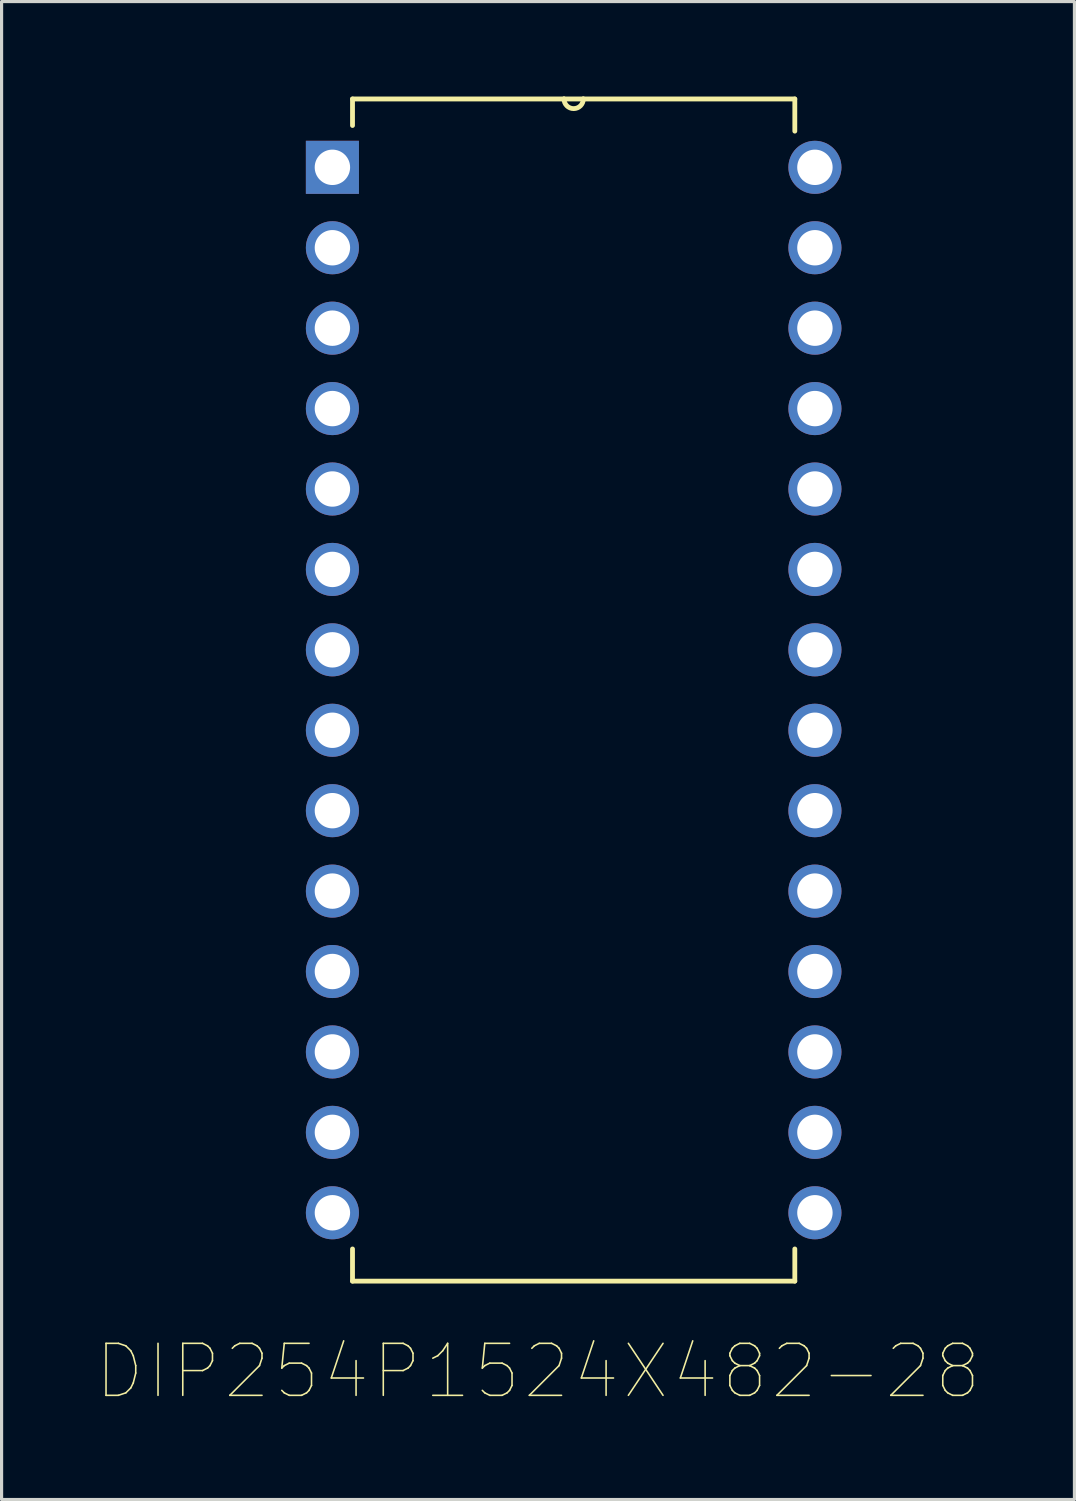
<source format=kicad_pcb>
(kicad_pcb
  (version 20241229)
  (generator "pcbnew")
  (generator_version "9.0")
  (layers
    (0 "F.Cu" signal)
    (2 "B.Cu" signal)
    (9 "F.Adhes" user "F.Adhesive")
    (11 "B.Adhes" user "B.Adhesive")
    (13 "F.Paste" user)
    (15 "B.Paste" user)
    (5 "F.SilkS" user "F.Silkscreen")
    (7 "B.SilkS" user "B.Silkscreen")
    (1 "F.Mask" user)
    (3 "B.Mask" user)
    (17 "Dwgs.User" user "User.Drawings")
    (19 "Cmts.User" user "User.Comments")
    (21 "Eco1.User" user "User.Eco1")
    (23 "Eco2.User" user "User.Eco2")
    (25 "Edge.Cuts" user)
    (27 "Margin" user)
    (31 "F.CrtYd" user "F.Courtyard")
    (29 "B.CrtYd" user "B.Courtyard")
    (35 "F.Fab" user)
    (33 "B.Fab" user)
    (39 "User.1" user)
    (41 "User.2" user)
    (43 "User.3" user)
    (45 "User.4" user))
  (footprint "DIP254P1524X482-28"
    (layer "F.Cu")
    (at 22.689 35.255)
    (property "Reference" "DIP254P1524X482-28" (at -8.746 5.009 0) (layer "F.SilkS") (effects (font (size 1.642 1.642) (thickness 0.05))))
    (attr through_hole)
    (fp_line (start -14.605 -35.179) (end -14.605 -34.341) (stroke (width 0.152) (type solid)) (layer "F.SilkS"))
    (fp_line (start -14.605 1.143) (end -14.605 2.159) (stroke (width 0.152) (type solid)) (layer "F.SilkS"))
    (fp_line (start -14.605 2.159) (end -0.635 2.159) (stroke (width 0.152) (type solid)) (layer "F.SilkS"))
    (fp_line (start -7.925 -35.179) (end -14.605 -35.179) (stroke (width 0.152) (type solid)) (layer "F.SilkS"))
    (fp_line (start -7.315 -35.179) (end -7.925 -35.179) (stroke (width 0.152) (type solid)) (layer "F.SilkS"))
    (fp_line (start -0.635 -35.179) (end -7.315 -35.179) (stroke (width 0.152) (type solid)) (layer "F.SilkS"))
    (fp_line (start -0.635 -34.163) (end -0.635 -35.179) (stroke (width 0.152) (type solid)) (layer "F.SilkS"))
    (fp_line (start -0.635 2.159) (end -0.635 1.143) (stroke (width 0.152) (type solid)) (layer "F.SilkS"))
    (fp_arc (start -7.3152 -35.179) (mid -7.62 -34.8742) (end -7.9248 -35.179) (stroke (width 0.1524) (type solid)) (layer "F.SilkS"))
    (fp_line (start -15.799 -33.579) (end -15.799 -32.461) (stroke (width 0.1) (type solid)) (layer "Eco2.User"))
    (fp_line (start -15.799 -32.461) (end -14.605 -32.461) (stroke (width 0.1) (type solid)) (layer "Eco2.User"))
    (fp_line (start -15.799 -31.039) (end -15.799 -29.921) (stroke (width 0.1) (type solid)) (layer "Eco2.User"))
    (fp_line (start -15.799 -29.921) (end -14.605 -29.921) (stroke (width 0.1) (type solid)) (layer "Eco2.User"))
    (fp_line (start -15.799 -28.499) (end -15.799 -27.381) (stroke (width 0.1) (type solid)) (layer "Eco2.User"))
    (fp_line (start -15.799 -27.381) (end -14.605 -27.381) (stroke (width 0.1) (type solid)) (layer "Eco2.User"))
    (fp_line (start -15.799 -25.959) (end -15.799 -24.841) (stroke (width 0.1) (type solid)) (layer "Eco2.User"))
    (fp_line (start -15.799 -24.841) (end -14.605 -24.841) (stroke (width 0.1) (type solid)) (layer "Eco2.User"))
    (fp_line (start -15.799 -23.419) (end -15.799 -22.301) (stroke (width 0.1) (type solid)) (layer "Eco2.User"))
    (fp_line (start -15.799 -22.301) (end -14.605 -22.301) (stroke (width 0.1) (type solid)) (layer "Eco2.User"))
    (fp_line (start -15.799 -20.879) (end -15.799 -19.761) (stroke (width 0.1) (type solid)) (layer "Eco2.User"))
    (fp_line (start -15.799 -19.761) (end -14.605 -19.761) (stroke (width 0.1) (type solid)) (layer "Eco2.User"))
    (fp_line (start -15.799 -18.339) (end -15.799 -17.221) (stroke (width 0.1) (type solid)) (layer "Eco2.User"))
    (fp_line (start -15.799 -17.221) (end -14.605 -17.221) (stroke (width 0.1) (type solid)) (layer "Eco2.User"))
    (fp_line (start -15.799 -15.799) (end -15.799 -14.681) (stroke (width 0.1) (type solid)) (layer "Eco2.User"))
    (fp_line (start -15.799 -14.681) (end -14.605 -14.681) (stroke (width 0.1) (type solid)) (layer "Eco2.User"))
    (fp_line (start -15.799 -13.259) (end -15.799 -12.141) (stroke (width 0.1) (type solid)) (layer "Eco2.User"))
    (fp_line (start -15.799 -12.141) (end -14.605 -12.141) (stroke (width 0.1) (type solid)) (layer "Eco2.User"))
    (fp_line (start -15.799 -10.719) (end -15.799 -9.601) (stroke (width 0.1) (type solid)) (layer "Eco2.User"))
    (fp_line (start -15.799 -9.601) (end -14.605 -9.601) (stroke (width 0.1) (type solid)) (layer "Eco2.User"))
    (fp_line (start -15.799 -8.179) (end -15.799 -7.061) (stroke (width 0.1) (type solid)) (layer "Eco2.User"))
    (fp_line (start -15.799 -7.061) (end -14.605 -7.061) (stroke (width 0.1) (type solid)) (layer "Eco2.User"))
    (fp_line (start -15.799 -5.639) (end -15.799 -4.521) (stroke (width 0.1) (type solid)) (layer "Eco2.User"))
    (fp_line (start -15.799 -4.521) (end -14.605 -4.521) (stroke (width 0.1) (type solid)) (layer "Eco2.User"))
    (fp_line (start -15.799 -3.099) (end -15.799 -1.981) (stroke (width 0.1) (type solid)) (layer "Eco2.User"))
    (fp_line (start -15.799 -1.981) (end -14.605 -1.981) (stroke (width 0.1) (type solid)) (layer "Eco2.User"))
    (fp_line (start -15.799 -0.559) (end -15.799 0.559) (stroke (width 0.1) (type solid)) (layer "Eco2.User"))
    (fp_line (start -15.799 0.559) (end -14.605 0.559) (stroke (width 0.1) (type solid)) (layer "Eco2.User"))
    (fp_line (start -14.605 -35.179) (end -14.605 2.159) (stroke (width 0.1) (type solid)) (layer "Eco2.User"))
    (fp_line (start -14.605 -33.579) (end -15.799 -33.579) (stroke (width 0.1) (type solid)) (layer "Eco2.User"))
    (fp_line (start -14.605 -32.461) (end -14.605 -33.579) (stroke (width 0.1) (type solid)) (layer "Eco2.User"))
    (fp_line (start -14.605 -31.039) (end -15.799 -31.039) (stroke (width 0.1) (type solid)) (layer "Eco2.User"))
    (fp_line (start -14.605 -29.921) (end -14.605 -31.039) (stroke (width 0.1) (type solid)) (layer "Eco2.User"))
    (fp_line (start -14.605 -28.499) (end -15.799 -28.499) (stroke (width 0.1) (type solid)) (layer "Eco2.User"))
    (fp_line (start -14.605 -27.381) (end -14.605 -28.499) (stroke (width 0.1) (type solid)) (layer "Eco2.User"))
    (fp_line (start -14.605 -25.959) (end -15.799 -25.959) (stroke (width 0.1) (type solid)) (layer "Eco2.User"))
    (fp_line (start -14.605 -24.841) (end -14.605 -25.959) (stroke (width 0.1) (type solid)) (layer "Eco2.User"))
    (fp_line (start -14.605 -23.419) (end -15.799 -23.419) (stroke (width 0.1) (type solid)) (layer "Eco2.User"))
    (fp_line (start -14.605 -22.301) (end -14.605 -23.419) (stroke (width 0.1) (type solid)) (layer "Eco2.User"))
    (fp_line (start -14.605 -20.879) (end -15.799 -20.879) (stroke (width 0.1) (type solid)) (layer "Eco2.User"))
    (fp_line (start -14.605 -19.761) (end -14.605 -20.879) (stroke (width 0.1) (type solid)) (layer "Eco2.User"))
    (fp_line (start -14.605 -18.339) (end -15.799 -18.339) (stroke (width 0.1) (type solid)) (layer "Eco2.User"))
    (fp_line (start -14.605 -17.221) (end -14.605 -18.339) (stroke (width 0.1) (type solid)) (layer "Eco2.User"))
    (fp_line (start -14.605 -15.799) (end -15.799 -15.799) (stroke (width 0.1) (type solid)) (layer "Eco2.User"))
    (fp_line (start -14.605 -14.681) (end -14.605 -15.799) (stroke (width 0.1) (type solid)) (layer "Eco2.User"))
    (fp_line (start -14.605 -13.259) (end -15.799 -13.259) (stroke (width 0.1) (type solid)) (layer "Eco2.User"))
    (fp_line (start -14.605 -12.141) (end -14.605 -13.259) (stroke (width 0.1) (type solid)) (layer "Eco2.User"))
    (fp_line (start -14.605 -10.719) (end -15.799 -10.719) (stroke (width 0.1) (type solid)) (layer "Eco2.User"))
    (fp_line (start -14.605 -9.601) (end -14.605 -10.719) (stroke (width 0.1) (type solid)) (layer "Eco2.User"))
    (fp_line (start -14.605 -8.179) (end -15.799 -8.179) (stroke (width 0.1) (type solid)) (layer "Eco2.User"))
    (fp_line (start -14.605 -7.061) (end -14.605 -8.179) (stroke (width 0.1) (type solid)) (layer "Eco2.User"))
    (fp_line (start -14.605 -5.639) (end -15.799 -5.639) (stroke (width 0.1) (type solid)) (layer "Eco2.User"))
    (fp_line (start -14.605 -4.521) (end -14.605 -5.639) (stroke (width 0.1) (type solid)) (layer "Eco2.User"))
    (fp_line (start -14.605 -3.099) (end -15.799 -3.099) (stroke (width 0.1) (type solid)) (layer "Eco2.User"))
    (fp_line (start -14.605 -1.981) (end -14.605 -3.099) (stroke (width 0.1) (type solid)) (layer "Eco2.User"))
    (fp_line (start -14.605 -0.559) (end -15.799 -0.559) (stroke (width 0.1) (type solid)) (layer "Eco2.User"))
    (fp_line (start -14.605 0.559) (end -14.605 -0.559) (stroke (width 0.1) (type solid)) (layer "Eco2.User"))
    (fp_line (start -14.605 2.159) (end -0.635 2.159) (stroke (width 0.1) (type solid)) (layer "Eco2.User"))
    (fp_line (start -7.925 -35.179) (end -14.605 -35.179) (stroke (width 0.1) (type solid)) (layer "Eco2.User"))
    (fp_line (start -7.315 -35.179) (end -7.925 -35.179) (stroke (width 0.1) (type solid)) (layer "Eco2.User"))
    (fp_line (start -0.635 -35.179) (end -7.315 -35.179) (stroke (width 0.1) (type solid)) (layer "Eco2.User"))
    (fp_line (start -0.635 -33.579) (end -0.635 -32.461) (stroke (width 0.1) (type solid)) (layer "Eco2.User"))
    (fp_line (start -0.635 -32.461) (end 0.559 -32.461) (stroke (width 0.1) (type solid)) (layer "Eco2.User"))
    (fp_line (start -0.635 -31.039) (end -0.635 -29.921) (stroke (width 0.1) (type solid)) (layer "Eco2.User"))
    (fp_line (start -0.635 -29.921) (end 0.559 -29.921) (stroke (width 0.1) (type solid)) (layer "Eco2.User"))
    (fp_line (start -0.635 -28.499) (end -0.635 -27.381) (stroke (width 0.1) (type solid)) (layer "Eco2.User"))
    (fp_line (start -0.635 -27.381) (end 0.559 -27.381) (stroke (width 0.1) (type solid)) (layer "Eco2.User"))
    (fp_line (start -0.635 -25.959) (end -0.635 -24.841) (stroke (width 0.1) (type solid)) (layer "Eco2.User"))
    (fp_line (start -0.635 -24.841) (end 0.559 -24.841) (stroke (width 0.1) (type solid)) (layer "Eco2.User"))
    (fp_line (start -0.635 -23.419) (end -0.635 -22.301) (stroke (width 0.1) (type solid)) (layer "Eco2.User"))
    (fp_line (start -0.635 -22.301) (end 0.559 -22.301) (stroke (width 0.1) (type solid)) (layer "Eco2.User"))
    (fp_line (start -0.635 -20.879) (end -0.635 -19.761) (stroke (width 0.1) (type solid)) (layer "Eco2.User"))
    (fp_line (start -0.635 -19.761) (end 0.559 -19.761) (stroke (width 0.1) (type solid)) (layer "Eco2.User"))
    (fp_line (start -0.635 -18.339) (end -0.635 -17.221) (stroke (width 0.1) (type solid)) (layer "Eco2.User"))
    (fp_line (start -0.635 -17.221) (end 0.559 -17.221) (stroke (width 0.1) (type solid)) (layer "Eco2.User"))
    (fp_line (start -0.635 -15.799) (end -0.635 -14.681) (stroke (width 0.1) (type solid)) (layer "Eco2.User"))
    (fp_line (start -0.635 -14.681) (end 0.559 -14.681) (stroke (width 0.1) (type solid)) (layer "Eco2.User"))
    (fp_line (start -0.635 -13.259) (end -0.635 -12.141) (stroke (width 0.1) (type solid)) (layer "Eco2.User"))
    (fp_line (start -0.635 -12.141) (end 0.559 -12.141) (stroke (width 0.1) (type solid)) (layer "Eco2.User"))
    (fp_line (start -0.635 -10.719) (end -0.635 -9.601) (stroke (width 0.1) (type solid)) (layer "Eco2.User"))
    (fp_line (start -0.635 -9.601) (end 0.559 -9.601) (stroke (width 0.1) (type solid)) (layer "Eco2.User"))
    (fp_line (start -0.635 -8.179) (end -0.635 -7.061) (stroke (width 0.1) (type solid)) (layer "Eco2.User"))
    (fp_line (start -0.635 -7.061) (end 0.559 -7.061) (stroke (width 0.1) (type solid)) (layer "Eco2.User"))
    (fp_line (start -0.635 -5.639) (end -0.635 -4.521) (stroke (width 0.1) (type solid)) (layer "Eco2.User"))
    (fp_line (start -0.635 -4.521) (end 0.559 -4.521) (stroke (width 0.1) (type solid)) (layer "Eco2.User"))
    (fp_line (start -0.635 -3.099) (end -0.635 -1.981) (stroke (width 0.1) (type solid)) (layer "Eco2.User"))
    (fp_line (start -0.635 -1.981) (end 0.559 -1.981) (stroke (width 0.1) (type solid)) (layer "Eco2.User"))
    (fp_line (start -0.635 -0.559) (end -0.635 0.559) (stroke (width 0.1) (type solid)) (layer "Eco2.User"))
    (fp_line (start -0.635 0.559) (end 0.559 0.559) (stroke (width 0.1) (type solid)) (layer "Eco2.User"))
    (fp_line (start -0.635 2.159) (end -0.635 -35.179) (stroke (width 0.1) (type solid)) (layer "Eco2.User"))
    (fp_line (start 0.559 -33.579) (end -0.635 -33.579) (stroke (width 0.1) (type solid)) (layer "Eco2.User"))
    (fp_line (start 0.559 -32.461) (end 0.559 -33.579) (stroke (width 0.1) (type solid)) (layer "Eco2.User"))
    (fp_line (start 0.559 -31.039) (end -0.635 -31.039) (stroke (width 0.1) (type solid)) (layer "Eco2.User"))
    (fp_line (start 0.559 -29.921) (end 0.559 -31.039) (stroke (width 0.1) (type solid)) (layer "Eco2.User"))
    (fp_line (start 0.559 -28.499) (end -0.635 -28.499) (stroke (width 0.1) (type solid)) (layer "Eco2.User"))
    (fp_line (start 0.559 -27.381) (end 0.559 -28.499) (stroke (width 0.1) (type solid)) (layer "Eco2.User"))
    (fp_line (start 0.559 -25.959) (end -0.635 -25.959) (stroke (width 0.1) (type solid)) (layer "Eco2.User"))
    (fp_line (start 0.559 -24.841) (end 0.559 -25.959) (stroke (width 0.1) (type solid)) (layer "Eco2.User"))
    (fp_line (start 0.559 -23.419) (end -0.635 -23.419) (stroke (width 0.1) (type solid)) (layer "Eco2.User"))
    (fp_line (start 0.559 -22.301) (end 0.559 -23.419) (stroke (width 0.1) (type solid)) (layer "Eco2.User"))
    (fp_line (start 0.559 -20.879) (end -0.635 -20.879) (stroke (width 0.1) (type solid)) (layer "Eco2.User"))
    (fp_line (start 0.559 -19.761) (end 0.559 -20.879) (stroke (width 0.1) (type solid)) (layer "Eco2.User"))
    (fp_line (start 0.559 -18.339) (end -0.635 -18.339) (stroke (width 0.1) (type solid)) (layer "Eco2.User"))
    (fp_line (start 0.559 -17.221) (end 0.559 -18.339) (stroke (width 0.1) (type solid)) (layer "Eco2.User"))
    (fp_line (start 0.559 -15.799) (end -0.635 -15.799) (stroke (width 0.1) (type solid)) (layer "Eco2.User"))
    (fp_line (start 0.559 -14.681) (end 0.559 -15.799) (stroke (width 0.1) (type solid)) (layer "Eco2.User"))
    (fp_line (start 0.559 -13.259) (end -0.635 -13.259) (stroke (width 0.1) (type solid)) (layer "Eco2.User"))
    (fp_line (start 0.559 -12.141) (end 0.559 -13.259) (stroke (width 0.1) (type solid)) (layer "Eco2.User"))
    (fp_line (start 0.559 -10.719) (end -0.635 -10.719) (stroke (width 0.1) (type solid)) (layer "Eco2.User"))
    (fp_line (start 0.559 -9.601) (end 0.559 -10.719) (stroke (width 0.1) (type solid)) (layer "Eco2.User"))
    (fp_line (start 0.559 -8.179) (end -0.635 -8.179) (stroke (width 0.1) (type solid)) (layer "Eco2.User"))
    (fp_line (start 0.559 -7.061) (end 0.559 -8.179) (stroke (width 0.1) (type solid)) (layer "Eco2.User"))
    (fp_line (start 0.559 -5.639) (end -0.635 -5.639) (stroke (width 0.1) (type solid)) (layer "Eco2.User"))
    (fp_line (start 0.559 -4.521) (end 0.559 -5.639) (stroke (width 0.1) (type solid)) (layer "Eco2.User"))
    (fp_line (start 0.559 -3.099) (end -0.635 -3.099) (stroke (width 0.1) (type solid)) (layer "Eco2.User"))
    (fp_line (start 0.559 -1.981) (end 0.559 -3.099) (stroke (width 0.1) (type solid)) (layer "Eco2.User"))
    (fp_line (start 0.559 -0.559) (end -0.635 -0.559) (stroke (width 0.1) (type solid)) (layer "Eco2.User"))
    (fp_line (start 0.559 0.559) (end 0.559 -0.559) (stroke (width 0.1) (type solid)) (layer "Eco2.User"))
    (fp_arc (start -7.3152 -35.179) (mid -7.62 -34.8742) (end -7.9248 -35.179) (stroke (width 0.1) (type solid)) (layer "Eco2.User"))
    (pad "1" thru_hole rect (at -15.24 -33.02) (size 1.676 1.676) (drill 1.118) (layers "*.Cu" "*.Mask"))
    (pad "2" thru_hole circle (at -15.24 -30.48) (size 1.676 1.676) (drill 1.118) (layers "*.Cu" "*.Mask"))
    (pad "3" thru_hole circle (at -15.24 -27.94) (size 1.676 1.676) (drill 1.118) (layers "*.Cu" "*.Mask"))
    (pad "4" thru_hole circle (at -15.24 -25.4) (size 1.676 1.676) (drill 1.118) (layers "*.Cu" "*.Mask"))
    (pad "5" thru_hole circle (at -15.24 -22.86) (size 1.676 1.676) (drill 1.118) (layers "*.Cu" "*.Mask"))
    (pad "6" thru_hole circle (at -15.24 -20.32) (size 1.676 1.676) (drill 1.118) (layers "*.Cu" "*.Mask"))
    (pad "7" thru_hole circle (at -15.24 -17.78) (size 1.676 1.676) (drill 1.118) (layers "*.Cu" "*.Mask"))
    (pad "8" thru_hole circle (at -15.24 -15.24) (size 1.676 1.676) (drill 1.118) (layers "*.Cu" "*.Mask"))
    (pad "9" thru_hole circle (at -15.24 -12.7) (size 1.676 1.676) (drill 1.118) (layers "*.Cu" "*.Mask"))
    (pad "10" thru_hole circle (at -15.24 -10.16) (size 1.676 1.676) (drill 1.118) (layers "*.Cu" "*.Mask"))
    (pad "11" thru_hole circle (at -15.24 -7.62) (size 1.676 1.676) (drill 1.118) (layers "*.Cu" "*.Mask"))
    (pad "12" thru_hole circle (at -15.24 -5.08) (size 1.676 1.676) (drill 1.118) (layers "*.Cu" "*.Mask"))
    (pad "13" thru_hole circle (at -15.24 -2.54) (size 1.676 1.676) (drill 1.118) (layers "*.Cu" "*.Mask"))
    (pad "14" thru_hole circle (at -15.24 0) (size 1.676 1.676) (drill 1.118) (layers "*.Cu" "*.Mask"))
    (pad "15" thru_hole circle (at 0 0) (size 1.676 1.676) (drill 1.118) (layers "*.Cu" "*.Mask"))
    (pad "16" thru_hole circle (at 0 -2.54) (size 1.676 1.676) (drill 1.118) (layers "*.Cu" "*.Mask"))
    (pad "17" thru_hole circle (at 0 -5.08) (size 1.676 1.676) (drill 1.118) (layers "*.Cu" "*.Mask"))
    (pad "18" thru_hole circle (at 0 -7.62) (size 1.676 1.676) (drill 1.118) (layers "*.Cu" "*.Mask"))
    (pad "19" thru_hole circle (at 0 -10.16) (size 1.676 1.676) (drill 1.118) (layers "*.Cu" "*.Mask"))
    (pad "20" thru_hole circle (at 0 -12.7) (size 1.676 1.676) (drill 1.118) (layers "*.Cu" "*.Mask"))
    (pad "21" thru_hole circle (at 0 -15.24) (size 1.676 1.676) (drill 1.118) (layers "*.Cu" "*.Mask"))
    (pad "22" thru_hole circle (at 0 -17.78) (size 1.676 1.676) (drill 1.118) (layers "*.Cu" "*.Mask"))
    (pad "23" thru_hole circle (at 0 -20.32) (size 1.676 1.676) (drill 1.118) (layers "*.Cu" "*.Mask"))
    (pad "24" thru_hole circle (at 0 -22.86) (size 1.676 1.676) (drill 1.118) (layers "*.Cu" "*.Mask"))
    (pad "25" thru_hole circle (at 0 -25.4) (size 1.676 1.676) (drill 1.118) (layers "*.Cu" "*.Mask"))
    (pad "26" thru_hole circle (at 0 -27.94) (size 1.676 1.676) (drill 1.118) (layers "*.Cu" "*.Mask"))
    (pad "27" thru_hole circle (at 0 -30.48) (size 1.676 1.676) (drill 1.118) (layers "*.Cu" "*.Mask"))
    (pad "28" thru_hole circle (at 0 -33.02) (size 1.676 1.676) (drill 1.118) (layers "*.Cu" "*.Mask")))
  (gr_rect
    (start -3 -3)
    (end 30.886 44.312)
    (stroke (width 0.1) (type default))
    (fill no)
    (layer "Edge.Cuts")))
</source>
